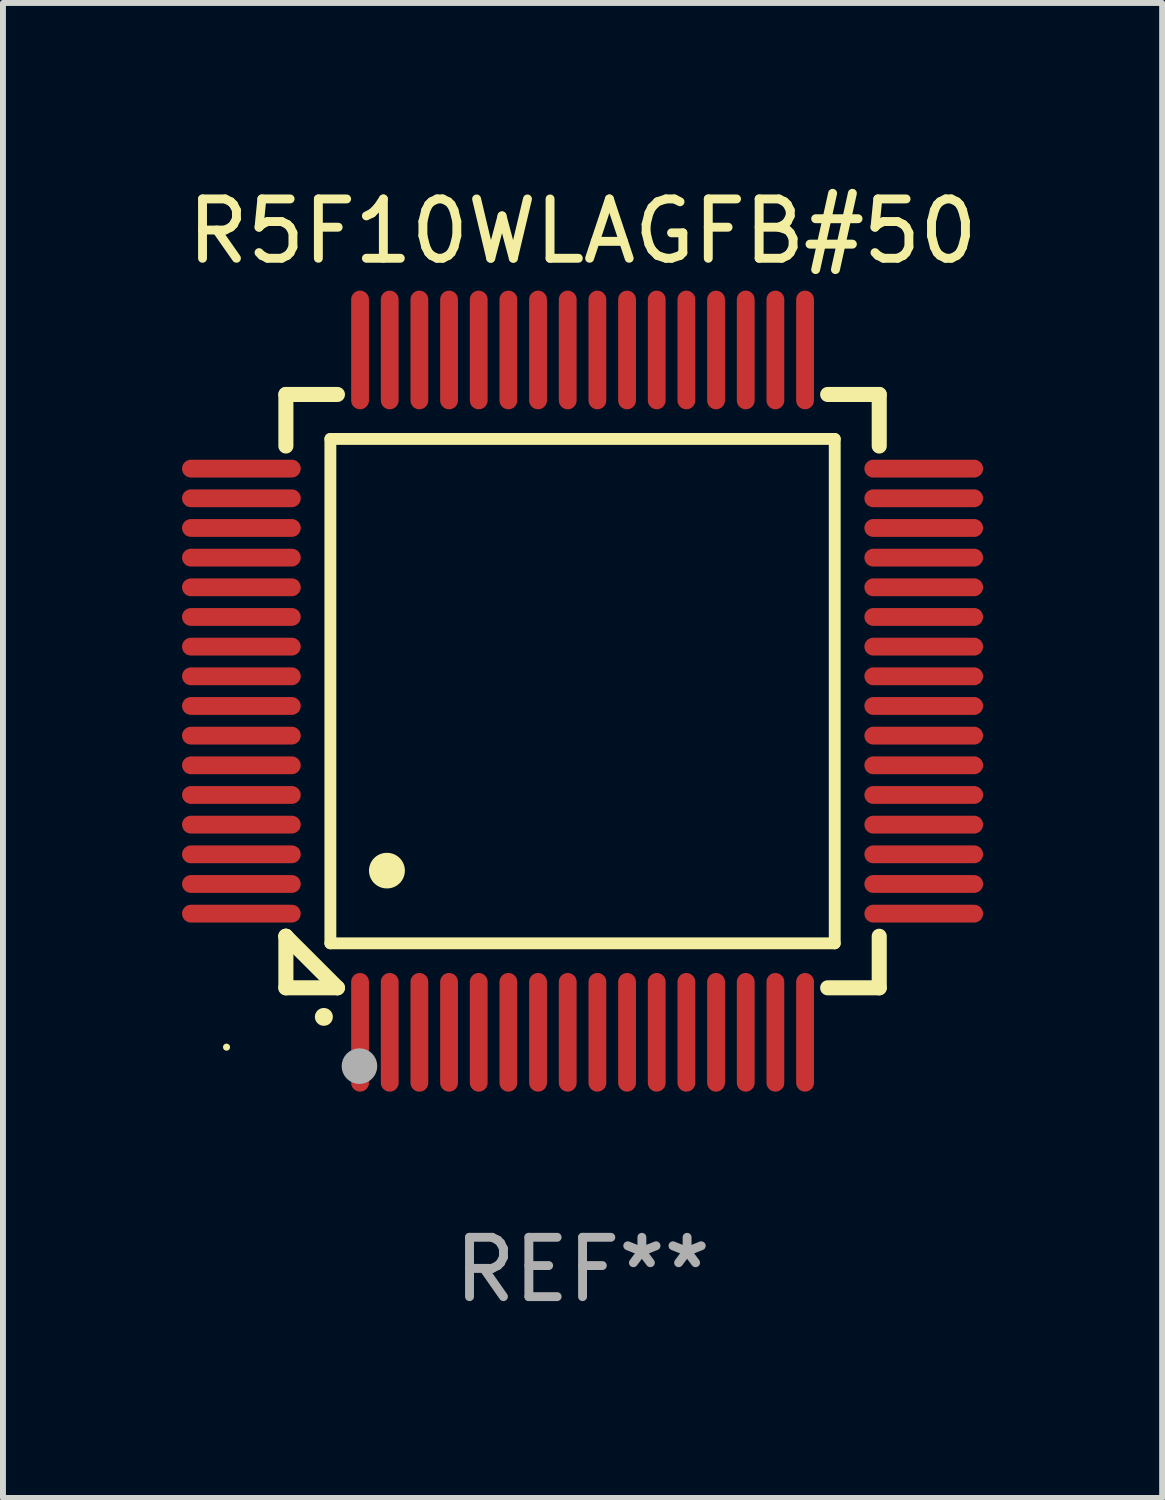
<source format=kicad_pcb>
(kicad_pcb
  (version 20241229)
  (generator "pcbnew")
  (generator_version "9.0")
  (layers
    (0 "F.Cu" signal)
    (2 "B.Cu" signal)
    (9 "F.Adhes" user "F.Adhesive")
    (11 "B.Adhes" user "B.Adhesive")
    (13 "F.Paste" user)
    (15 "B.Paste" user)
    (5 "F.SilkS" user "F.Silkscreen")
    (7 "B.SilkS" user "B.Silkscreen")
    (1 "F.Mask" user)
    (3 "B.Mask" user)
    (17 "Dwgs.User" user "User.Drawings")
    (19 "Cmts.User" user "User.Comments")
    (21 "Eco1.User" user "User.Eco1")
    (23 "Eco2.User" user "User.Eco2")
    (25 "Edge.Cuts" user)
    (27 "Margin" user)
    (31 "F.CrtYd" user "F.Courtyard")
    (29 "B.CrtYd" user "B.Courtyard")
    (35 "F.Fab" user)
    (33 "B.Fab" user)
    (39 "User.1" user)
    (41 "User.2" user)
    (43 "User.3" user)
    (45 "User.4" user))
  (footprint "R5F10WLAGFB#50"
    (layer "F.Cu")
    (at 6.768 8.598)
    (property "Reference" "R5F10WLAGFB#50" (at 0 -7.75 0) (layer "F.SilkS") (effects (font (size 1 1) (thickness 0.15))))
    (attr through_hole)
    (fp_line (start -5 -5) (end -4.131 -5) (stroke (width 0.254) (type solid)) (layer "F.SilkS"))
    (fp_line (start -5 -4.131) (end -5 -5) (stroke (width 0.254) (type solid)) (layer "F.SilkS"))
    (fp_line (start -5 4.131) (end -5 4.131) (stroke (width 0.254) (type solid)) (layer "F.SilkS"))
    (fp_line (start -5 5) (end -5 4.131) (stroke (width 0.254) (type solid)) (layer "F.SilkS"))
    (fp_line (start -5 4.131) (end -4.131 5) (stroke (width 0.254) (type solid)) (layer "F.SilkS"))
    (fp_line (start -4.25 -4.25) (end -4.25 4.25) (stroke (width 0.2) (type solid)) (layer "F.SilkS"))
    (fp_line (start -4.25 4.25) (end 4.25 4.25) (stroke (width 0.2) (type solid)) (layer "F.SilkS"))
    (fp_line (start -4.131 5) (end -5 5) (stroke (width 0.254) (type solid)) (layer "F.SilkS"))
    (fp_line (start 4.25 -4.25) (end -4.25 -4.25) (stroke (width 0.2) (type solid)) (layer "F.SilkS"))
    (fp_line (start 4.25 4.25) (end 4.25 -4.25) (stroke (width 0.2) (type solid)) (layer "F.SilkS"))
    (fp_line (start 5 -5) (end 4.131 -5) (stroke (width 0.254) (type solid)) (layer "F.SilkS"))
    (fp_line (start 5 -5) (end 5 -4.131) (stroke (width 0.254) (type solid)) (layer "F.SilkS"))
    (fp_line (start 5 4.131) (end 5 5) (stroke (width 0.254) (type solid)) (layer "F.SilkS"))
    (fp_line (start 5 5) (end 4.131 5) (stroke (width 0.254) (type solid)) (layer "F.SilkS"))
    (fp_arc (start -4.361265 5.489992) (mid -4.359995 5.489987) (end -4.358725 5.489992) (stroke (width 0.3) (type solid)) (layer "F.SilkS"))
    (fp_arc (start -3.299467 3.025146) (mid -3.296927 3.025135) (end -3.294387 3.025146) (stroke (width 0.6) (type solid)) (layer "F.SilkS"))
    (fp_circle (center -6 6) (end -5.97 6) (stroke (width 0.06) (type solid)) (fill no) (layer "F.SilkS"))
    (fp_circle (center -3.76 6.32) (end -3.61 6.32) (stroke (width 0.3) (type solid)) (fill no) (layer "F.Fab"))
    (fp_text user "REF**" (at 0 9.75 0) (layer "F.Fab") (effects (font (size 1 1) (thickness 0.15))))
    (pad "1" smd oval (at -3.75 5.75) (size 0.3 2) (layers "F.Cu" "F.Mask" "F.Paste"))
    (pad "2" smd oval (at -3.25 5.75) (size 0.3 2) (layers "F.Cu" "F.Mask" "F.Paste"))
    (pad "3" smd oval (at -2.75 5.75) (size 0.3 2) (layers "F.Cu" "F.Mask" "F.Paste"))
    (pad "4" smd oval (at -2.25 5.75) (size 0.3 2) (layers "F.Cu" "F.Mask" "F.Paste"))
    (pad "5" smd oval (at -1.75 5.75) (size 0.3 2) (layers "F.Cu" "F.Mask" "F.Paste"))
    (pad "6" smd oval (at -1.25 5.75) (size 0.3 2) (layers "F.Cu" "F.Mask" "F.Paste"))
    (pad "7" smd oval (at -0.75 5.75) (size 0.3 2) (layers "F.Cu" "F.Mask" "F.Paste"))
    (pad "8" smd oval (at -0.25 5.75) (size 0.3 2) (layers "F.Cu" "F.Mask" "F.Paste"))
    (pad "9" smd oval (at 0.25 5.75) (size 0.3 2) (layers "F.Cu" "F.Mask" "F.Paste"))
    (pad "10" smd oval (at 0.75 5.75) (size 0.3 2) (layers "F.Cu" "F.Mask" "F.Paste"))
    (pad "11" smd oval (at 1.25 5.75) (size 0.3 2) (layers "F.Cu" "F.Mask" "F.Paste"))
    (pad "12" smd oval (at 1.75 5.75) (size 0.3 2) (layers "F.Cu" "F.Mask" "F.Paste"))
    (pad "13" smd oval (at 2.25 5.75) (size 0.3 2) (layers "F.Cu" "F.Mask" "F.Paste"))
    (pad "14" smd oval (at 2.75 5.75) (size 0.3 2) (layers "F.Cu" "F.Mask" "F.Paste"))
    (pad "15" smd oval (at 3.25 5.75) (size 0.3 2) (layers "F.Cu" "F.Mask" "F.Paste"))
    (pad "16" smd oval (at 3.75 5.75) (size 0.3 2) (layers "F.Cu" "F.Mask" "F.Paste"))
    (pad "17" smd oval (at 5.75 3.75) (size 2 0.3) (layers "F.Cu" "F.Mask" "F.Paste"))
    (pad "18" smd oval (at 5.75 3.25) (size 2 0.3) (layers "F.Cu" "F.Mask" "F.Paste"))
    (pad "19" smd oval (at 5.75 2.75) (size 2 0.3) (layers "F.Cu" "F.Mask" "F.Paste"))
    (pad "20" smd oval (at 5.75 2.25) (size 2 0.3) (layers "F.Cu" "F.Mask" "F.Paste"))
    (pad "21" smd oval (at 5.75 1.75) (size 2 0.3) (layers "F.Cu" "F.Mask" "F.Paste"))
    (pad "22" smd oval (at 5.75 1.25) (size 2 0.3) (layers "F.Cu" "F.Mask" "F.Paste"))
    (pad "23" smd oval (at 5.75 0.75) (size 2 0.3) (layers "F.Cu" "F.Mask" "F.Paste"))
    (pad "24" smd oval (at 5.75 0.25) (size 2 0.3) (layers "F.Cu" "F.Mask" "F.Paste"))
    (pad "25" smd oval (at 5.75 -0.25) (size 2 0.3) (layers "F.Cu" "F.Mask" "F.Paste"))
    (pad "26" smd oval (at 5.75 -0.75) (size 2 0.3) (layers "F.Cu" "F.Mask" "F.Paste"))
    (pad "27" smd oval (at 5.75 -1.25) (size 2 0.3) (layers "F.Cu" "F.Mask" "F.Paste"))
    (pad "28" smd oval (at 5.75 -1.75) (size 2 0.3) (layers "F.Cu" "F.Mask" "F.Paste"))
    (pad "29" smd oval (at 5.75 -2.25) (size 2 0.3) (layers "F.Cu" "F.Mask" "F.Paste"))
    (pad "30" smd oval (at 5.75 -2.75) (size 2 0.3) (layers "F.Cu" "F.Mask" "F.Paste"))
    (pad "31" smd oval (at 5.75 -3.25) (size 2 0.3) (layers "F.Cu" "F.Mask" "F.Paste"))
    (pad "32" smd oval (at 5.75 -3.75) (size 2 0.3) (layers "F.Cu" "F.Mask" "F.Paste"))
    (pad "33" smd oval (at 3.75 -5.75) (size 0.3 2) (layers "F.Cu" "F.Mask" "F.Paste"))
    (pad "34" smd oval (at 3.25 -5.75) (size 0.3 2) (layers "F.Cu" "F.Mask" "F.Paste"))
    (pad "35" smd oval (at 2.75 -5.75) (size 0.3 2) (layers "F.Cu" "F.Mask" "F.Paste"))
    (pad "36" smd oval (at 2.25 -5.75) (size 0.3 2) (layers "F.Cu" "F.Mask" "F.Paste"))
    (pad "37" smd oval (at 1.75 -5.75) (size 0.3 2) (layers "F.Cu" "F.Mask" "F.Paste"))
    (pad "38" smd oval (at 1.25 -5.75) (size 0.3 2) (layers "F.Cu" "F.Mask" "F.Paste"))
    (pad "39" smd oval (at 0.75 -5.75) (size 0.3 2) (layers "F.Cu" "F.Mask" "F.Paste"))
    (pad "40" smd oval (at 0.25 -5.75) (size 0.3 2) (layers "F.Cu" "F.Mask" "F.Paste"))
    (pad "41" smd oval (at -0.25 -5.75) (size 0.3 2) (layers "F.Cu" "F.Mask" "F.Paste"))
    (pad "42" smd oval (at -0.75 -5.75) (size 0.3 2) (layers "F.Cu" "F.Mask" "F.Paste"))
    (pad "43" smd oval (at -1.25 -5.75) (size 0.3 2) (layers "F.Cu" "F.Mask" "F.Paste"))
    (pad "44" smd oval (at -1.75 -5.75) (size 0.3 2) (layers "F.Cu" "F.Mask" "F.Paste"))
    (pad "45" smd oval (at -2.25 -5.75) (size 0.3 2) (layers "F.Cu" "F.Mask" "F.Paste"))
    (pad "46" smd oval (at -2.75 -5.75) (size 0.3 2) (layers "F.Cu" "F.Mask" "F.Paste"))
    (pad "47" smd oval (at -3.25 -5.75) (size 0.3 2) (layers "F.Cu" "F.Mask" "F.Paste"))
    (pad "48" smd oval (at -3.75 -5.75) (size 0.3 2) (layers "F.Cu" "F.Mask" "F.Paste"))
    (pad "49" smd oval (at -5.75 -3.75) (size 2 0.3) (layers "F.Cu" "F.Mask" "F.Paste"))
    (pad "50" smd oval (at -5.75 -3.25) (size 2 0.3) (layers "F.Cu" "F.Mask" "F.Paste"))
    (pad "51" smd oval (at -5.75 -2.75) (size 2 0.3) (layers "F.Cu" "F.Mask" "F.Paste"))
    (pad "52" smd oval (at -5.75 -2.25) (size 2 0.3) (layers "F.Cu" "F.Mask" "F.Paste"))
    (pad "53" smd oval (at -5.75 -1.75) (size 2 0.3) (layers "F.Cu" "F.Mask" "F.Paste"))
    (pad "54" smd oval (at -5.75 -1.25) (size 2 0.3) (layers "F.Cu" "F.Mask" "F.Paste"))
    (pad "55" smd oval (at -5.75 -0.75) (size 2 0.3) (layers "F.Cu" "F.Mask" "F.Paste"))
    (pad "56" smd oval (at -5.75 -0.25) (size 2 0.3) (layers "F.Cu" "F.Mask" "F.Paste"))
    (pad "57" smd oval (at -5.75 0.25) (size 2 0.3) (layers "F.Cu" "F.Mask" "F.Paste"))
    (pad "58" smd oval (at -5.75 0.75) (size 2 0.3) (layers "F.Cu" "F.Mask" "F.Paste"))
    (pad "59" smd oval (at -5.75 1.25) (size 2 0.3) (layers "F.Cu" "F.Mask" "F.Paste"))
    (pad "60" smd oval (at -5.75 1.75) (size 2 0.3) (layers "F.Cu" "F.Mask" "F.Paste"))
    (pad "61" smd oval (at -5.75 2.25) (size 2 0.3) (layers "F.Cu" "F.Mask" "F.Paste"))
    (pad "62" smd oval (at -5.75 2.75) (size 2 0.3) (layers "F.Cu" "F.Mask" "F.Paste"))
    (pad "63" smd oval (at -5.75 3.25) (size 2 0.3) (layers "F.Cu" "F.Mask" "F.Paste"))
    (pad "64" smd oval (at -5.75 3.75) (size 2 0.3) (layers "F.Cu" "F.Mask" "F.Paste")))
  (gr_rect
    (start -3 -3)
    (end 16.536 22.196)
    (stroke (width 0.1) (type default))
    (fill no)
    (layer "Edge.Cuts")))
</source>
